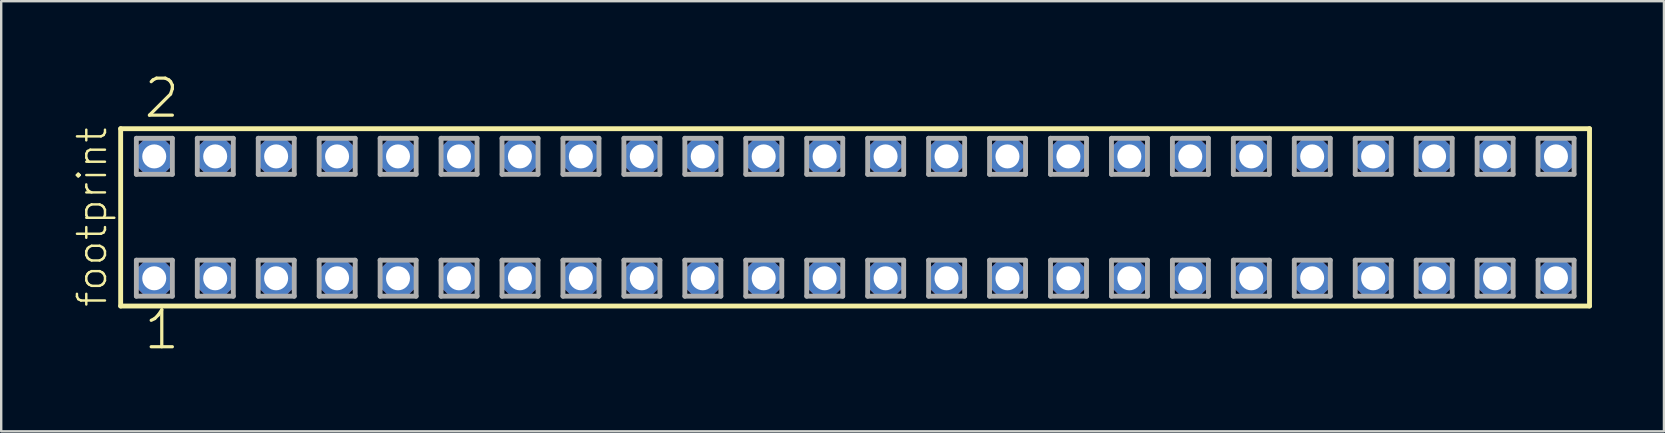
<source format=kicad_pcb>
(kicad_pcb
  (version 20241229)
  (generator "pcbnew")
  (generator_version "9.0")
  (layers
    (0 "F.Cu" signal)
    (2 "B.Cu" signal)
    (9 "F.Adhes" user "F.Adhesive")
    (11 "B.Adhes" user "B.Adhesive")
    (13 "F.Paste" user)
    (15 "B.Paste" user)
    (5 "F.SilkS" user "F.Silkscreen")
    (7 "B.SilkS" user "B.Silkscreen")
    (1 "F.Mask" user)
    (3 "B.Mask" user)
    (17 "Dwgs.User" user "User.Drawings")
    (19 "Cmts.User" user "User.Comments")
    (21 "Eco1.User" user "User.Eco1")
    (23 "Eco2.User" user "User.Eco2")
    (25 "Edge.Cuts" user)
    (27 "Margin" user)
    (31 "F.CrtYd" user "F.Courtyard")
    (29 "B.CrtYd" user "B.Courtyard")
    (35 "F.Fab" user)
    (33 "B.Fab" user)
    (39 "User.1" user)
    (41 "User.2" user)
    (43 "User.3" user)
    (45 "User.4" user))
  (footprint "footprint"
    (layer "F.Cu")
    (at 32.588 6.009)
    (property "Reference" "footprint" (at -31.115 3.81 90) (layer "F.SilkS") (effects (font (size 1.168 1.168) (thickness 0.102)) (justify left bottom)))
    (fp_line (start -30.609 -3.695) (end 30.609 -3.695) (stroke (width 0.203) (type solid)) (layer "F.SilkS"))
    (fp_line (start -30.609 3.695) (end -30.609 -3.695) (stroke (width 0.203) (type solid)) (layer "F.SilkS"))
    (fp_line (start 30.609 -3.695) (end 30.609 3.695) (stroke (width 0.203) (type solid)) (layer "F.SilkS"))
    (fp_line (start 30.609 3.695) (end -30.609 3.695) (stroke (width 0.203) (type solid)) (layer "F.SilkS"))
    (fp_line (start -29.955 -3.295) (end -28.455 -3.295) (stroke (width 0.203) (type solid)) (layer "F.Fab"))
    (fp_line (start -29.955 -1.795) (end -29.955 -3.295) (stroke (width 0.203) (type solid)) (layer "F.Fab"))
    (fp_line (start -29.955 1.785) (end -28.455 1.785) (stroke (width 0.203) (type solid)) (layer "F.Fab"))
    (fp_line (start -29.955 3.285) (end -29.955 1.785) (stroke (width 0.203) (type solid)) (layer "F.Fab"))
    (fp_line (start -28.455 -3.295) (end -28.455 -1.795) (stroke (width 0.203) (type solid)) (layer "F.Fab"))
    (fp_line (start -28.455 -1.795) (end -29.955 -1.795) (stroke (width 0.203) (type solid)) (layer "F.Fab"))
    (fp_line (start -28.455 1.785) (end -28.455 3.285) (stroke (width 0.203) (type solid)) (layer "F.Fab"))
    (fp_line (start -28.455 3.285) (end -29.955 3.285) (stroke (width 0.203) (type solid)) (layer "F.Fab"))
    (fp_line (start -27.415 -3.295) (end -25.915 -3.295) (stroke (width 0.203) (type solid)) (layer "F.Fab"))
    (fp_line (start -27.415 -1.795) (end -27.415 -3.295) (stroke (width 0.203) (type solid)) (layer "F.Fab"))
    (fp_line (start -27.415 1.785) (end -25.915 1.785) (stroke (width 0.203) (type solid)) (layer "F.Fab"))
    (fp_line (start -27.415 3.285) (end -27.415 1.785) (stroke (width 0.203) (type solid)) (layer "F.Fab"))
    (fp_line (start -25.915 -3.295) (end -25.915 -1.795) (stroke (width 0.203) (type solid)) (layer "F.Fab"))
    (fp_line (start -25.915 -1.795) (end -27.415 -1.795) (stroke (width 0.203) (type solid)) (layer "F.Fab"))
    (fp_line (start -25.915 1.785) (end -25.915 3.285) (stroke (width 0.203) (type solid)) (layer "F.Fab"))
    (fp_line (start -25.915 3.285) (end -27.415 3.285) (stroke (width 0.203) (type solid)) (layer "F.Fab"))
    (fp_line (start -24.875 -3.295) (end -23.375 -3.295) (stroke (width 0.203) (type solid)) (layer "F.Fab"))
    (fp_line (start -24.875 -1.795) (end -24.875 -3.295) (stroke (width 0.203) (type solid)) (layer "F.Fab"))
    (fp_line (start -24.875 1.785) (end -23.375 1.785) (stroke (width 0.203) (type solid)) (layer "F.Fab"))
    (fp_line (start -24.875 3.285) (end -24.875 1.785) (stroke (width 0.203) (type solid)) (layer "F.Fab"))
    (fp_line (start -23.375 -3.295) (end -23.375 -1.795) (stroke (width 0.203) (type solid)) (layer "F.Fab"))
    (fp_line (start -23.375 -1.795) (end -24.875 -1.795) (stroke (width 0.203) (type solid)) (layer "F.Fab"))
    (fp_line (start -23.375 1.785) (end -23.375 3.285) (stroke (width 0.203) (type solid)) (layer "F.Fab"))
    (fp_line (start -23.375 3.285) (end -24.875 3.285) (stroke (width 0.203) (type solid)) (layer "F.Fab"))
    (fp_line (start -22.335 -3.295) (end -20.835 -3.295) (stroke (width 0.203) (type solid)) (layer "F.Fab"))
    (fp_line (start -22.335 -1.795) (end -22.335 -3.295) (stroke (width 0.203) (type solid)) (layer "F.Fab"))
    (fp_line (start -22.335 1.785) (end -20.835 1.785) (stroke (width 0.203) (type solid)) (layer "F.Fab"))
    (fp_line (start -22.335 3.285) (end -22.335 1.785) (stroke (width 0.203) (type solid)) (layer "F.Fab"))
    (fp_line (start -20.835 -3.295) (end -20.835 -1.795) (stroke (width 0.203) (type solid)) (layer "F.Fab"))
    (fp_line (start -20.835 -1.795) (end -22.335 -1.795) (stroke (width 0.203) (type solid)) (layer "F.Fab"))
    (fp_line (start -20.835 1.785) (end -20.835 3.285) (stroke (width 0.203) (type solid)) (layer "F.Fab"))
    (fp_line (start -20.835 3.285) (end -22.335 3.285) (stroke (width 0.203) (type solid)) (layer "F.Fab"))
    (fp_line (start -19.795 -3.295) (end -18.295 -3.295) (stroke (width 0.203) (type solid)) (layer "F.Fab"))
    (fp_line (start -19.795 -1.795) (end -19.795 -3.295) (stroke (width 0.203) (type solid)) (layer "F.Fab"))
    (fp_line (start -19.795 1.785) (end -18.295 1.785) (stroke (width 0.203) (type solid)) (layer "F.Fab"))
    (fp_line (start -19.795 3.285) (end -19.795 1.785) (stroke (width 0.203) (type solid)) (layer "F.Fab"))
    (fp_line (start -18.295 -3.295) (end -18.295 -1.795) (stroke (width 0.203) (type solid)) (layer "F.Fab"))
    (fp_line (start -18.295 -1.795) (end -19.795 -1.795) (stroke (width 0.203) (type solid)) (layer "F.Fab"))
    (fp_line (start -18.295 1.785) (end -18.295 3.285) (stroke (width 0.203) (type solid)) (layer "F.Fab"))
    (fp_line (start -18.295 3.285) (end -19.795 3.285) (stroke (width 0.203) (type solid)) (layer "F.Fab"))
    (fp_line (start -17.255 -3.295) (end -15.755 -3.295) (stroke (width 0.203) (type solid)) (layer "F.Fab"))
    (fp_line (start -17.255 -1.795) (end -17.255 -3.295) (stroke (width 0.203) (type solid)) (layer "F.Fab"))
    (fp_line (start -17.255 1.785) (end -15.755 1.785) (stroke (width 0.203) (type solid)) (layer "F.Fab"))
    (fp_line (start -17.255 3.285) (end -17.255 1.785) (stroke (width 0.203) (type solid)) (layer "F.Fab"))
    (fp_line (start -15.755 -3.295) (end -15.755 -1.795) (stroke (width 0.203) (type solid)) (layer "F.Fab"))
    (fp_line (start -15.755 -1.795) (end -17.255 -1.795) (stroke (width 0.203) (type solid)) (layer "F.Fab"))
    (fp_line (start -15.755 1.785) (end -15.755 3.285) (stroke (width 0.203) (type solid)) (layer "F.Fab"))
    (fp_line (start -15.755 3.285) (end -17.255 3.285) (stroke (width 0.203) (type solid)) (layer "F.Fab"))
    (fp_line (start -14.715 -3.295) (end -13.215 -3.295) (stroke (width 0.203) (type solid)) (layer "F.Fab"))
    (fp_line (start -14.715 -1.795) (end -14.715 -3.295) (stroke (width 0.203) (type solid)) (layer "F.Fab"))
    (fp_line (start -14.715 1.785) (end -13.215 1.785) (stroke (width 0.203) (type solid)) (layer "F.Fab"))
    (fp_line (start -14.715 3.285) (end -14.715 1.785) (stroke (width 0.203) (type solid)) (layer "F.Fab"))
    (fp_line (start -13.215 -3.295) (end -13.215 -1.795) (stroke (width 0.203) (type solid)) (layer "F.Fab"))
    (fp_line (start -13.215 -1.795) (end -14.715 -1.795) (stroke (width 0.203) (type solid)) (layer "F.Fab"))
    (fp_line (start -13.215 1.785) (end -13.215 3.285) (stroke (width 0.203) (type solid)) (layer "F.Fab"))
    (fp_line (start -13.215 3.285) (end -14.715 3.285) (stroke (width 0.203) (type solid)) (layer "F.Fab"))
    (fp_line (start -12.175 -3.295) (end -10.675 -3.295) (stroke (width 0.203) (type solid)) (layer "F.Fab"))
    (fp_line (start -12.175 -1.795) (end -12.175 -3.295) (stroke (width 0.203) (type solid)) (layer "F.Fab"))
    (fp_line (start -12.175 1.785) (end -10.675 1.785) (stroke (width 0.203) (type solid)) (layer "F.Fab"))
    (fp_line (start -12.175 3.285) (end -12.175 1.785) (stroke (width 0.203) (type solid)) (layer "F.Fab"))
    (fp_line (start -10.675 -3.295) (end -10.675 -1.795) (stroke (width 0.203) (type solid)) (layer "F.Fab"))
    (fp_line (start -10.675 -1.795) (end -12.175 -1.795) (stroke (width 0.203) (type solid)) (layer "F.Fab"))
    (fp_line (start -10.675 1.785) (end -10.675 3.285) (stroke (width 0.203) (type solid)) (layer "F.Fab"))
    (fp_line (start -10.675 3.285) (end -12.175 3.285) (stroke (width 0.203) (type solid)) (layer "F.Fab"))
    (fp_line (start -9.635 -3.295) (end -8.135 -3.295) (stroke (width 0.203) (type solid)) (layer "F.Fab"))
    (fp_line (start -9.635 -1.795) (end -9.635 -3.295) (stroke (width 0.203) (type solid)) (layer "F.Fab"))
    (fp_line (start -9.635 1.785) (end -8.135 1.785) (stroke (width 0.203) (type solid)) (layer "F.Fab"))
    (fp_line (start -9.635 3.285) (end -9.635 1.785) (stroke (width 0.203) (type solid)) (layer "F.Fab"))
    (fp_line (start -8.135 -3.295) (end -8.135 -1.795) (stroke (width 0.203) (type solid)) (layer "F.Fab"))
    (fp_line (start -8.135 -1.795) (end -9.635 -1.795) (stroke (width 0.203) (type solid)) (layer "F.Fab"))
    (fp_line (start -8.135 1.785) (end -8.135 3.285) (stroke (width 0.203) (type solid)) (layer "F.Fab"))
    (fp_line (start -8.135 3.285) (end -9.635 3.285) (stroke (width 0.203) (type solid)) (layer "F.Fab"))
    (fp_line (start -7.095 -3.295) (end -5.595 -3.295) (stroke (width 0.203) (type solid)) (layer "F.Fab"))
    (fp_line (start -7.095 -1.795) (end -7.095 -3.295) (stroke (width 0.203) (type solid)) (layer "F.Fab"))
    (fp_line (start -7.095 1.785) (end -5.595 1.785) (stroke (width 0.203) (type solid)) (layer "F.Fab"))
    (fp_line (start -7.095 3.285) (end -7.095 1.785) (stroke (width 0.203) (type solid)) (layer "F.Fab"))
    (fp_line (start -5.595 -3.295) (end -5.595 -1.795) (stroke (width 0.203) (type solid)) (layer "F.Fab"))
    (fp_line (start -5.595 -1.795) (end -7.095 -1.795) (stroke (width 0.203) (type solid)) (layer "F.Fab"))
    (fp_line (start -5.595 1.785) (end -5.595 3.285) (stroke (width 0.203) (type solid)) (layer "F.Fab"))
    (fp_line (start -5.595 3.285) (end -7.095 3.285) (stroke (width 0.203) (type solid)) (layer "F.Fab"))
    (fp_line (start -4.555 -3.295) (end -3.055 -3.295) (stroke (width 0.203) (type solid)) (layer "F.Fab"))
    (fp_line (start -4.555 -1.795) (end -4.555 -3.295) (stroke (width 0.203) (type solid)) (layer "F.Fab"))
    (fp_line (start -4.555 1.785) (end -3.055 1.785) (stroke (width 0.203) (type solid)) (layer "F.Fab"))
    (fp_line (start -4.555 3.285) (end -4.555 1.785) (stroke (width 0.203) (type solid)) (layer "F.Fab"))
    (fp_line (start -3.055 -3.295) (end -3.055 -1.795) (stroke (width 0.203) (type solid)) (layer "F.Fab"))
    (fp_line (start -3.055 -1.795) (end -4.555 -1.795) (stroke (width 0.203) (type solid)) (layer "F.Fab"))
    (fp_line (start -3.055 1.785) (end -3.055 3.285) (stroke (width 0.203) (type solid)) (layer "F.Fab"))
    (fp_line (start -3.055 3.285) (end -4.555 3.285) (stroke (width 0.203) (type solid)) (layer "F.Fab"))
    (fp_line (start -2.015 -3.295) (end -0.515 -3.295) (stroke (width 0.203) (type solid)) (layer "F.Fab"))
    (fp_line (start -2.015 -1.795) (end -2.015 -3.295) (stroke (width 0.203) (type solid)) (layer "F.Fab"))
    (fp_line (start -2.015 1.785) (end -0.515 1.785) (stroke (width 0.203) (type solid)) (layer "F.Fab"))
    (fp_line (start -2.015 3.285) (end -2.015 1.785) (stroke (width 0.203) (type solid)) (layer "F.Fab"))
    (fp_line (start -0.515 -3.295) (end -0.515 -1.795) (stroke (width 0.203) (type solid)) (layer "F.Fab"))
    (fp_line (start -0.515 -1.795) (end -2.015 -1.795) (stroke (width 0.203) (type solid)) (layer "F.Fab"))
    (fp_line (start -0.515 1.785) (end -0.515 3.285) (stroke (width 0.203) (type solid)) (layer "F.Fab"))
    (fp_line (start -0.515 3.285) (end -2.015 3.285) (stroke (width 0.203) (type solid)) (layer "F.Fab"))
    (fp_line (start 0.525 -3.295) (end 2.025 -3.295) (stroke (width 0.203) (type solid)) (layer "F.Fab"))
    (fp_line (start 0.525 -1.795) (end 0.525 -3.295) (stroke (width 0.203) (type solid)) (layer "F.Fab"))
    (fp_line (start 0.525 1.785) (end 2.025 1.785) (stroke (width 0.203) (type solid)) (layer "F.Fab"))
    (fp_line (start 0.525 3.285) (end 0.525 1.785) (stroke (width 0.203) (type solid)) (layer "F.Fab"))
    (fp_line (start 2.025 -3.295) (end 2.025 -1.795) (stroke (width 0.203) (type solid)) (layer "F.Fab"))
    (fp_line (start 2.025 -1.795) (end 0.525 -1.795) (stroke (width 0.203) (type solid)) (layer "F.Fab"))
    (fp_line (start 2.025 1.785) (end 2.025 3.285) (stroke (width 0.203) (type solid)) (layer "F.Fab"))
    (fp_line (start 2.025 3.285) (end 0.525 3.285) (stroke (width 0.203) (type solid)) (layer "F.Fab"))
    (fp_line (start 3.065 -3.295) (end 4.565 -3.295) (stroke (width 0.203) (type solid)) (layer "F.Fab"))
    (fp_line (start 3.065 -1.795) (end 3.065 -3.295) (stroke (width 0.203) (type solid)) (layer "F.Fab"))
    (fp_line (start 3.065 1.785) (end 4.565 1.785) (stroke (width 0.203) (type solid)) (layer "F.Fab"))
    (fp_line (start 3.065 3.285) (end 3.065 1.785) (stroke (width 0.203) (type solid)) (layer "F.Fab"))
    (fp_line (start 4.565 -3.295) (end 4.565 -1.795) (stroke (width 0.203) (type solid)) (layer "F.Fab"))
    (fp_line (start 4.565 -1.795) (end 3.065 -1.795) (stroke (width 0.203) (type solid)) (layer "F.Fab"))
    (fp_line (start 4.565 1.785) (end 4.565 3.285) (stroke (width 0.203) (type solid)) (layer "F.Fab"))
    (fp_line (start 4.565 3.285) (end 3.065 3.285) (stroke (width 0.203) (type solid)) (layer "F.Fab"))
    (fp_line (start 5.605 -3.295) (end 7.105 -3.295) (stroke (width 0.203) (type solid)) (layer "F.Fab"))
    (fp_line (start 5.605 -1.795) (end 5.605 -3.295) (stroke (width 0.203) (type solid)) (layer "F.Fab"))
    (fp_line (start 5.605 1.785) (end 7.105 1.785) (stroke (width 0.203) (type solid)) (layer "F.Fab"))
    (fp_line (start 5.605 3.285) (end 5.605 1.785) (stroke (width 0.203) (type solid)) (layer "F.Fab"))
    (fp_line (start 7.105 -3.295) (end 7.105 -1.795) (stroke (width 0.203) (type solid)) (layer "F.Fab"))
    (fp_line (start 7.105 -1.795) (end 5.605 -1.795) (stroke (width 0.203) (type solid)) (layer "F.Fab"))
    (fp_line (start 7.105 1.785) (end 7.105 3.285) (stroke (width 0.203) (type solid)) (layer "F.Fab"))
    (fp_line (start 7.105 3.285) (end 5.605 3.285) (stroke (width 0.203) (type solid)) (layer "F.Fab"))
    (fp_line (start 8.145 -3.295) (end 9.645 -3.295) (stroke (width 0.203) (type solid)) (layer "F.Fab"))
    (fp_line (start 8.145 -1.795) (end 8.145 -3.295) (stroke (width 0.203) (type solid)) (layer "F.Fab"))
    (fp_line (start 8.145 1.785) (end 9.645 1.785) (stroke (width 0.203) (type solid)) (layer "F.Fab"))
    (fp_line (start 8.145 3.285) (end 8.145 1.785) (stroke (width 0.203) (type solid)) (layer "F.Fab"))
    (fp_line (start 9.645 -3.295) (end 9.645 -1.795) (stroke (width 0.203) (type solid)) (layer "F.Fab"))
    (fp_line (start 9.645 -1.795) (end 8.145 -1.795) (stroke (width 0.203) (type solid)) (layer "F.Fab"))
    (fp_line (start 9.645 1.785) (end 9.645 3.285) (stroke (width 0.203) (type solid)) (layer "F.Fab"))
    (fp_line (start 9.645 3.285) (end 8.145 3.285) (stroke (width 0.203) (type solid)) (layer "F.Fab"))
    (fp_line (start 10.685 -3.295) (end 12.185 -3.295) (stroke (width 0.203) (type solid)) (layer "F.Fab"))
    (fp_line (start 10.685 -1.795) (end 10.685 -3.295) (stroke (width 0.203) (type solid)) (layer "F.Fab"))
    (fp_line (start 10.685 1.785) (end 12.185 1.785) (stroke (width 0.203) (type solid)) (layer "F.Fab"))
    (fp_line (start 10.685 3.285) (end 10.685 1.785) (stroke (width 0.203) (type solid)) (layer "F.Fab"))
    (fp_line (start 12.185 -3.295) (end 12.185 -1.795) (stroke (width 0.203) (type solid)) (layer "F.Fab"))
    (fp_line (start 12.185 -1.795) (end 10.685 -1.795) (stroke (width 0.203) (type solid)) (layer "F.Fab"))
    (fp_line (start 12.185 1.785) (end 12.185 3.285) (stroke (width 0.203) (type solid)) (layer "F.Fab"))
    (fp_line (start 12.185 3.285) (end 10.685 3.285) (stroke (width 0.203) (type solid)) (layer "F.Fab"))
    (fp_line (start 13.225 -3.295) (end 14.725 -3.295) (stroke (width 0.203) (type solid)) (layer "F.Fab"))
    (fp_line (start 13.225 -1.795) (end 13.225 -3.295) (stroke (width 0.203) (type solid)) (layer "F.Fab"))
    (fp_line (start 13.225 1.785) (end 14.725 1.785) (stroke (width 0.203) (type solid)) (layer "F.Fab"))
    (fp_line (start 13.225 3.285) (end 13.225 1.785) (stroke (width 0.203) (type solid)) (layer "F.Fab"))
    (fp_line (start 14.725 -3.295) (end 14.725 -1.795) (stroke (width 0.203) (type solid)) (layer "F.Fab"))
    (fp_line (start 14.725 -1.795) (end 13.225 -1.795) (stroke (width 0.203) (type solid)) (layer "F.Fab"))
    (fp_line (start 14.725 1.785) (end 14.725 3.285) (stroke (width 0.203) (type solid)) (layer "F.Fab"))
    (fp_line (start 14.725 3.285) (end 13.225 3.285) (stroke (width 0.203) (type solid)) (layer "F.Fab"))
    (fp_line (start 15.765 -3.295) (end 17.265 -3.295) (stroke (width 0.203) (type solid)) (layer "F.Fab"))
    (fp_line (start 15.765 -1.795) (end 15.765 -3.295) (stroke (width 0.203) (type solid)) (layer "F.Fab"))
    (fp_line (start 15.765 1.785) (end 17.265 1.785) (stroke (width 0.203) (type solid)) (layer "F.Fab"))
    (fp_line (start 15.765 3.285) (end 15.765 1.785) (stroke (width 0.203) (type solid)) (layer "F.Fab"))
    (fp_line (start 17.265 -3.295) (end 17.265 -1.795) (stroke (width 0.203) (type solid)) (layer "F.Fab"))
    (fp_line (start 17.265 -1.795) (end 15.765 -1.795) (stroke (width 0.203) (type solid)) (layer "F.Fab"))
    (fp_line (start 17.265 1.785) (end 17.265 3.285) (stroke (width 0.203) (type solid)) (layer "F.Fab"))
    (fp_line (start 17.265 3.285) (end 15.765 3.285) (stroke (width 0.203) (type solid)) (layer "F.Fab"))
    (fp_line (start 18.305 -3.295) (end 19.805 -3.295) (stroke (width 0.203) (type solid)) (layer "F.Fab"))
    (fp_line (start 18.305 -1.795) (end 18.305 -3.295) (stroke (width 0.203) (type solid)) (layer "F.Fab"))
    (fp_line (start 18.305 1.785) (end 19.805 1.785) (stroke (width 0.203) (type solid)) (layer "F.Fab"))
    (fp_line (start 18.305 3.285) (end 18.305 1.785) (stroke (width 0.203) (type solid)) (layer "F.Fab"))
    (fp_line (start 19.805 -3.295) (end 19.805 -1.795) (stroke (width 0.203) (type solid)) (layer "F.Fab"))
    (fp_line (start 19.805 -1.795) (end 18.305 -1.795) (stroke (width 0.203) (type solid)) (layer "F.Fab"))
    (fp_line (start 19.805 1.785) (end 19.805 3.285) (stroke (width 0.203) (type solid)) (layer "F.Fab"))
    (fp_line (start 19.805 3.285) (end 18.305 3.285) (stroke (width 0.203) (type solid)) (layer "F.Fab"))
    (fp_line (start 20.845 -3.295) (end 22.345 -3.295) (stroke (width 0.203) (type solid)) (layer "F.Fab"))
    (fp_line (start 20.845 -1.795) (end 20.845 -3.295) (stroke (width 0.203) (type solid)) (layer "F.Fab"))
    (fp_line (start 20.845 1.785) (end 22.345 1.785) (stroke (width 0.203) (type solid)) (layer "F.Fab"))
    (fp_line (start 20.845 3.285) (end 20.845 1.785) (stroke (width 0.203) (type solid)) (layer "F.Fab"))
    (fp_line (start 22.345 -3.295) (end 22.345 -1.795) (stroke (width 0.203) (type solid)) (layer "F.Fab"))
    (fp_line (start 22.345 -1.795) (end 20.845 -1.795) (stroke (width 0.203) (type solid)) (layer "F.Fab"))
    (fp_line (start 22.345 1.785) (end 22.345 3.285) (stroke (width 0.203) (type solid)) (layer "F.Fab"))
    (fp_line (start 22.345 3.285) (end 20.845 3.285) (stroke (width 0.203) (type solid)) (layer "F.Fab"))
    (fp_line (start 23.385 -3.295) (end 24.885 -3.295) (stroke (width 0.203) (type solid)) (layer "F.Fab"))
    (fp_line (start 23.385 -1.795) (end 23.385 -3.295) (stroke (width 0.203) (type solid)) (layer "F.Fab"))
    (fp_line (start 23.385 1.785) (end 24.885 1.785) (stroke (width 0.203) (type solid)) (layer "F.Fab"))
    (fp_line (start 23.385 3.285) (end 23.385 1.785) (stroke (width 0.203) (type solid)) (layer "F.Fab"))
    (fp_line (start 24.885 -3.295) (end 24.885 -1.795) (stroke (width 0.203) (type solid)) (layer "F.Fab"))
    (fp_line (start 24.885 -1.795) (end 23.385 -1.795) (stroke (width 0.203) (type solid)) (layer "F.Fab"))
    (fp_line (start 24.885 1.785) (end 24.885 3.285) (stroke (width 0.203) (type solid)) (layer "F.Fab"))
    (fp_line (start 24.885 3.285) (end 23.385 3.285) (stroke (width 0.203) (type solid)) (layer "F.Fab"))
    (fp_line (start 25.925 -3.295) (end 27.425 -3.295) (stroke (width 0.203) (type solid)) (layer "F.Fab"))
    (fp_line (start 25.925 -1.795) (end 25.925 -3.295) (stroke (width 0.203) (type solid)) (layer "F.Fab"))
    (fp_line (start 25.925 1.785) (end 27.425 1.785) (stroke (width 0.203) (type solid)) (layer "F.Fab"))
    (fp_line (start 25.925 3.285) (end 25.925 1.785) (stroke (width 0.203) (type solid)) (layer "F.Fab"))
    (fp_line (start 27.425 -3.295) (end 27.425 -1.795) (stroke (width 0.203) (type solid)) (layer "F.Fab"))
    (fp_line (start 27.425 -1.795) (end 25.925 -1.795) (stroke (width 0.203) (type solid)) (layer "F.Fab"))
    (fp_line (start 27.425 1.785) (end 27.425 3.285) (stroke (width 0.203) (type solid)) (layer "F.Fab"))
    (fp_line (start 27.425 3.285) (end 25.925 3.285) (stroke (width 0.203) (type solid)) (layer "F.Fab"))
    (fp_line (start 28.465 -3.295) (end 29.965 -3.295) (stroke (width 0.203) (type solid)) (layer "F.Fab"))
    (fp_line (start 28.465 -1.795) (end 28.465 -3.295) (stroke (width 0.203) (type solid)) (layer "F.Fab"))
    (fp_line (start 28.465 1.785) (end 29.965 1.785) (stroke (width 0.203) (type solid)) (layer "F.Fab"))
    (fp_line (start 28.465 3.285) (end 28.465 1.785) (stroke (width 0.203) (type solid)) (layer "F.Fab"))
    (fp_line (start 29.965 -3.295) (end 29.965 -1.795) (stroke (width 0.203) (type solid)) (layer "F.Fab"))
    (fp_line (start 29.965 -1.795) (end 28.465 -1.795) (stroke (width 0.203) (type solid)) (layer "F.Fab"))
    (fp_line (start 29.965 1.785) (end 29.965 3.285) (stroke (width 0.203) (type solid)) (layer "F.Fab"))
    (fp_line (start 29.965 3.285) (end 28.465 3.285) (stroke (width 0.203) (type solid)) (layer "F.Fab"))
    (fp_text user "2" (at -29.718 -4.064 0) (layer "F.SilkS") (effects (font (size 1.542 1.542) (thickness 0.134)) (justify left bottom)))
    (fp_text user "1" (at -29.718 5.588 0) (layer "F.SilkS") (effects (font (size 1.542 1.542) (thickness 0.134)) (justify left bottom)))
    (pad "1" thru_hole roundrect (at -29.21 2.54) (size 1.5 1.5) (drill 1) (layers "*.Cu" "*.Mask") (roundrect_rratio 0.25) (chamfer_ratio 0.25) (chamfer top_left top_right bottom_left bottom_right))
    (pad "2" thru_hole roundrect (at -29.21 -2.54) (size 1.5 1.5) (drill 1) (layers "*.Cu" "*.Mask") (roundrect_rratio 0.25) (chamfer_ratio 0.25) (chamfer top_left top_right bottom_left bottom_right))
    (pad "3" thru_hole roundrect (at -26.67 2.54) (size 1.5 1.5) (drill 1) (layers "*.Cu" "*.Mask") (roundrect_rratio 0.25) (chamfer_ratio 0.25) (chamfer top_left top_right bottom_left bottom_right))
    (pad "4" thru_hole roundrect (at -26.67 -2.54) (size 1.5 1.5) (drill 1) (layers "*.Cu" "*.Mask") (roundrect_rratio 0.25) (chamfer_ratio 0.25) (chamfer top_left top_right bottom_left bottom_right))
    (pad "5" thru_hole roundrect (at -24.13 2.54) (size 1.5 1.5) (drill 1) (layers "*.Cu" "*.Mask") (roundrect_rratio 0.25) (chamfer_ratio 0.25) (chamfer top_left top_right bottom_left bottom_right))
    (pad "6" thru_hole roundrect (at -24.13 -2.54) (size 1.5 1.5) (drill 1) (layers "*.Cu" "*.Mask") (roundrect_rratio 0.25) (chamfer_ratio 0.25) (chamfer top_left top_right bottom_left bottom_right))
    (pad "7" thru_hole roundrect (at -21.59 2.54) (size 1.5 1.5) (drill 1) (layers "*.Cu" "*.Mask") (roundrect_rratio 0.25) (chamfer_ratio 0.25) (chamfer top_left top_right bottom_left bottom_right))
    (pad "8" thru_hole roundrect (at -21.59 -2.54) (size 1.5 1.5) (drill 1) (layers "*.Cu" "*.Mask") (roundrect_rratio 0.25) (chamfer_ratio 0.25) (chamfer top_left top_right bottom_left bottom_right))
    (pad "9" thru_hole roundrect (at -19.05 2.54) (size 1.5 1.5) (drill 1) (layers "*.Cu" "*.Mask") (roundrect_rratio 0.25) (chamfer_ratio 0.25) (chamfer top_left top_right bottom_left bottom_right))
    (pad "10" thru_hole roundrect (at -19.05 -2.54) (size 1.5 1.5) (drill 1) (layers "*.Cu" "*.Mask") (roundrect_rratio 0.25) (chamfer_ratio 0.25) (chamfer top_left top_right bottom_left bottom_right))
    (pad "11" thru_hole roundrect (at -16.51 2.54) (size 1.5 1.5) (drill 1) (layers "*.Cu" "*.Mask") (roundrect_rratio 0.25) (chamfer_ratio 0.25) (chamfer top_left top_right bottom_left bottom_right))
    (pad "12" thru_hole roundrect (at -16.51 -2.54) (size 1.5 1.5) (drill 1) (layers "*.Cu" "*.Mask") (roundrect_rratio 0.25) (chamfer_ratio 0.25) (chamfer top_left top_right bottom_left bottom_right))
    (pad "13" thru_hole roundrect (at -13.97 2.54) (size 1.5 1.5) (drill 1) (layers "*.Cu" "*.Mask") (roundrect_rratio 0.25) (chamfer_ratio 0.25) (chamfer top_left top_right bottom_left bottom_right))
    (pad "14" thru_hole roundrect (at -13.97 -2.54) (size 1.5 1.5) (drill 1) (layers "*.Cu" "*.Mask") (roundrect_rratio 0.25) (chamfer_ratio 0.25) (chamfer top_left top_right bottom_left bottom_right))
    (pad "15" thru_hole roundrect (at -11.43 2.54) (size 1.5 1.5) (drill 1) (layers "*.Cu" "*.Mask") (roundrect_rratio 0.25) (chamfer_ratio 0.25) (chamfer top_left top_right bottom_left bottom_right))
    (pad "16" thru_hole roundrect (at -11.43 -2.54) (size 1.5 1.5) (drill 1) (layers "*.Cu" "*.Mask") (roundrect_rratio 0.25) (chamfer_ratio 0.25) (chamfer top_left top_right bottom_left bottom_right))
    (pad "17" thru_hole roundrect (at -8.89 2.54) (size 1.5 1.5) (drill 1) (layers "*.Cu" "*.Mask") (roundrect_rratio 0.25) (chamfer_ratio 0.25) (chamfer top_left top_right bottom_left bottom_right))
    (pad "18" thru_hole roundrect (at -8.89 -2.54) (size 1.5 1.5) (drill 1) (layers "*.Cu" "*.Mask") (roundrect_rratio 0.25) (chamfer_ratio 0.25) (chamfer top_left top_right bottom_left bottom_right))
    (pad "19" thru_hole roundrect (at -6.35 2.54) (size 1.5 1.5) (drill 1) (layers "*.Cu" "*.Mask") (roundrect_rratio 0.25) (chamfer_ratio 0.25) (chamfer top_left top_right bottom_left bottom_right))
    (pad "20" thru_hole roundrect (at -6.35 -2.54) (size 1.5 1.5) (drill 1) (layers "*.Cu" "*.Mask") (roundrect_rratio 0.25) (chamfer_ratio 0.25) (chamfer top_left top_right bottom_left bottom_right))
    (pad "21" thru_hole roundrect (at -3.81 2.54) (size 1.5 1.5) (drill 1) (layers "*.Cu" "*.Mask") (roundrect_rratio 0.25) (chamfer_ratio 0.25) (chamfer top_left top_right bottom_left bottom_right))
    (pad "22" thru_hole roundrect (at -3.81 -2.54) (size 1.5 1.5) (drill 1) (layers "*.Cu" "*.Mask") (roundrect_rratio 0.25) (chamfer_ratio 0.25) (chamfer top_left top_right bottom_left bottom_right))
    (pad "23" thru_hole roundrect (at -1.27 2.54) (size 1.5 1.5) (drill 1) (layers "*.Cu" "*.Mask") (roundrect_rratio 0.25) (chamfer_ratio 0.25) (chamfer top_left top_right bottom_left bottom_right))
    (pad "24" thru_hole roundrect (at -1.27 -2.54) (size 1.5 1.5) (drill 1) (layers "*.Cu" "*.Mask") (roundrect_rratio 0.25) (chamfer_ratio 0.25) (chamfer top_left top_right bottom_left bottom_right))
    (pad "25" thru_hole roundrect (at 1.27 2.54) (size 1.5 1.5) (drill 1) (layers "*.Cu" "*.Mask") (roundrect_rratio 0.25) (chamfer_ratio 0.25) (chamfer top_left top_right bottom_left bottom_right))
    (pad "26" thru_hole roundrect (at 1.27 -2.54) (size 1.5 1.5) (drill 1) (layers "*.Cu" "*.Mask") (roundrect_rratio 0.25) (chamfer_ratio 0.25) (chamfer top_left top_right bottom_left bottom_right))
    (pad "27" thru_hole roundrect (at 3.81 2.54) (size 1.5 1.5) (drill 1) (layers "*.Cu" "*.Mask") (roundrect_rratio 0.25) (chamfer_ratio 0.25) (chamfer top_left top_right bottom_left bottom_right))
    (pad "28" thru_hole roundrect (at 3.81 -2.54) (size 1.5 1.5) (drill 1) (layers "*.Cu" "*.Mask") (roundrect_rratio 0.25) (chamfer_ratio 0.25) (chamfer top_left top_right bottom_left bottom_right))
    (pad "29" thru_hole roundrect (at 6.35 2.54) (size 1.5 1.5) (drill 1) (layers "*.Cu" "*.Mask") (roundrect_rratio 0.25) (chamfer_ratio 0.25) (chamfer top_left top_right bottom_left bottom_right))
    (pad "30" thru_hole roundrect (at 6.35 -2.54) (size 1.5 1.5) (drill 1) (layers "*.Cu" "*.Mask") (roundrect_rratio 0.25) (chamfer_ratio 0.25) (chamfer top_left top_right bottom_left bottom_right))
    (pad "31" thru_hole roundrect (at 8.89 2.54) (size 1.5 1.5) (drill 1) (layers "*.Cu" "*.Mask") (roundrect_rratio 0.25) (chamfer_ratio 0.25) (chamfer top_left top_right bottom_left bottom_right))
    (pad "32" thru_hole roundrect (at 8.89 -2.54) (size 1.5 1.5) (drill 1) (layers "*.Cu" "*.Mask") (roundrect_rratio 0.25) (chamfer_ratio 0.25) (chamfer top_left top_right bottom_left bottom_right))
    (pad "33" thru_hole roundrect (at 11.43 2.54) (size 1.5 1.5) (drill 1) (layers "*.Cu" "*.Mask") (roundrect_rratio 0.25) (chamfer_ratio 0.25) (chamfer top_left top_right bottom_left bottom_right))
    (pad "34" thru_hole roundrect (at 11.43 -2.54) (size 1.5 1.5) (drill 1) (layers "*.Cu" "*.Mask") (roundrect_rratio 0.25) (chamfer_ratio 0.25) (chamfer top_left top_right bottom_left bottom_right))
    (pad "35" thru_hole roundrect (at 13.97 2.54) (size 1.5 1.5) (drill 1) (layers "*.Cu" "*.Mask") (roundrect_rratio 0.25) (chamfer_ratio 0.25) (chamfer top_left top_right bottom_left bottom_right))
    (pad "36" thru_hole roundrect (at 13.97 -2.54) (size 1.5 1.5) (drill 1) (layers "*.Cu" "*.Mask") (roundrect_rratio 0.25) (chamfer_ratio 0.25) (chamfer top_left top_right bottom_left bottom_right))
    (pad "37" thru_hole roundrect (at 16.51 2.54) (size 1.5 1.5) (drill 1) (layers "*.Cu" "*.Mask") (roundrect_rratio 0.25) (chamfer_ratio 0.25) (chamfer top_left top_right bottom_left bottom_right))
    (pad "38" thru_hole roundrect (at 16.51 -2.54) (size 1.5 1.5) (drill 1) (layers "*.Cu" "*.Mask") (roundrect_rratio 0.25) (chamfer_ratio 0.25) (chamfer top_left top_right bottom_left bottom_right))
    (pad "39" thru_hole roundrect (at 19.05 2.54) (size 1.5 1.5) (drill 1) (layers "*.Cu" "*.Mask") (roundrect_rratio 0.25) (chamfer_ratio 0.25) (chamfer top_left top_right bottom_left bottom_right))
    (pad "40" thru_hole roundrect (at 19.05 -2.54) (size 1.5 1.5) (drill 1) (layers "*.Cu" "*.Mask") (roundrect_rratio 0.25) (chamfer_ratio 0.25) (chamfer top_left top_right bottom_left bottom_right))
    (pad "41" thru_hole roundrect (at 21.59 2.54) (size 1.5 1.5) (drill 1) (layers "*.Cu" "*.Mask") (roundrect_rratio 0.25) (chamfer_ratio 0.25) (chamfer top_left top_right bottom_left bottom_right))
    (pad "42" thru_hole roundrect (at 21.59 -2.54) (size 1.5 1.5) (drill 1) (layers "*.Cu" "*.Mask") (roundrect_rratio 0.25) (chamfer_ratio 0.25) (chamfer top_left top_right bottom_left bottom_right))
    (pad "43" thru_hole roundrect (at 24.13 2.54) (size 1.5 1.5) (drill 1) (layers "*.Cu" "*.Mask") (roundrect_rratio 0.25) (chamfer_ratio 0.25) (chamfer top_left top_right bottom_left bottom_right))
    (pad "44" thru_hole roundrect (at 24.13 -2.54) (size 1.5 1.5) (drill 1) (layers "*.Cu" "*.Mask") (roundrect_rratio 0.25) (chamfer_ratio 0.25) (chamfer top_left top_right bottom_left bottom_right))
    (pad "45" thru_hole roundrect (at 26.67 2.54) (size 1.5 1.5) (drill 1) (layers "*.Cu" "*.Mask") (roundrect_rratio 0.25) (chamfer_ratio 0.25) (chamfer top_left top_right bottom_left bottom_right))
    (pad "46" thru_hole roundrect (at 26.67 -2.54) (size 1.5 1.5) (drill 1) (layers "*.Cu" "*.Mask") (roundrect_rratio 0.25) (chamfer_ratio 0.25) (chamfer top_left top_right bottom_left bottom_right))
    (pad "47" thru_hole roundrect (at 29.21 2.54) (size 1.5 1.5) (drill 1) (layers "*.Cu" "*.Mask") (roundrect_rratio 0.25) (chamfer_ratio 0.25) (chamfer top_left top_right bottom_left bottom_right))
    (pad "48" thru_hole roundrect (at 29.21 -2.54) (size 1.5 1.5) (drill 1) (layers "*.Cu" "*.Mask") (roundrect_rratio 0.25) (chamfer_ratio 0.25) (chamfer top_left top_right bottom_left bottom_right)))
  (gr_rect
    (start -3 -3)
    (end 66.299 14.927)
    (stroke (width 0.1) (type default))
    (fill no)
    (layer "Edge.Cuts")))
</source>
